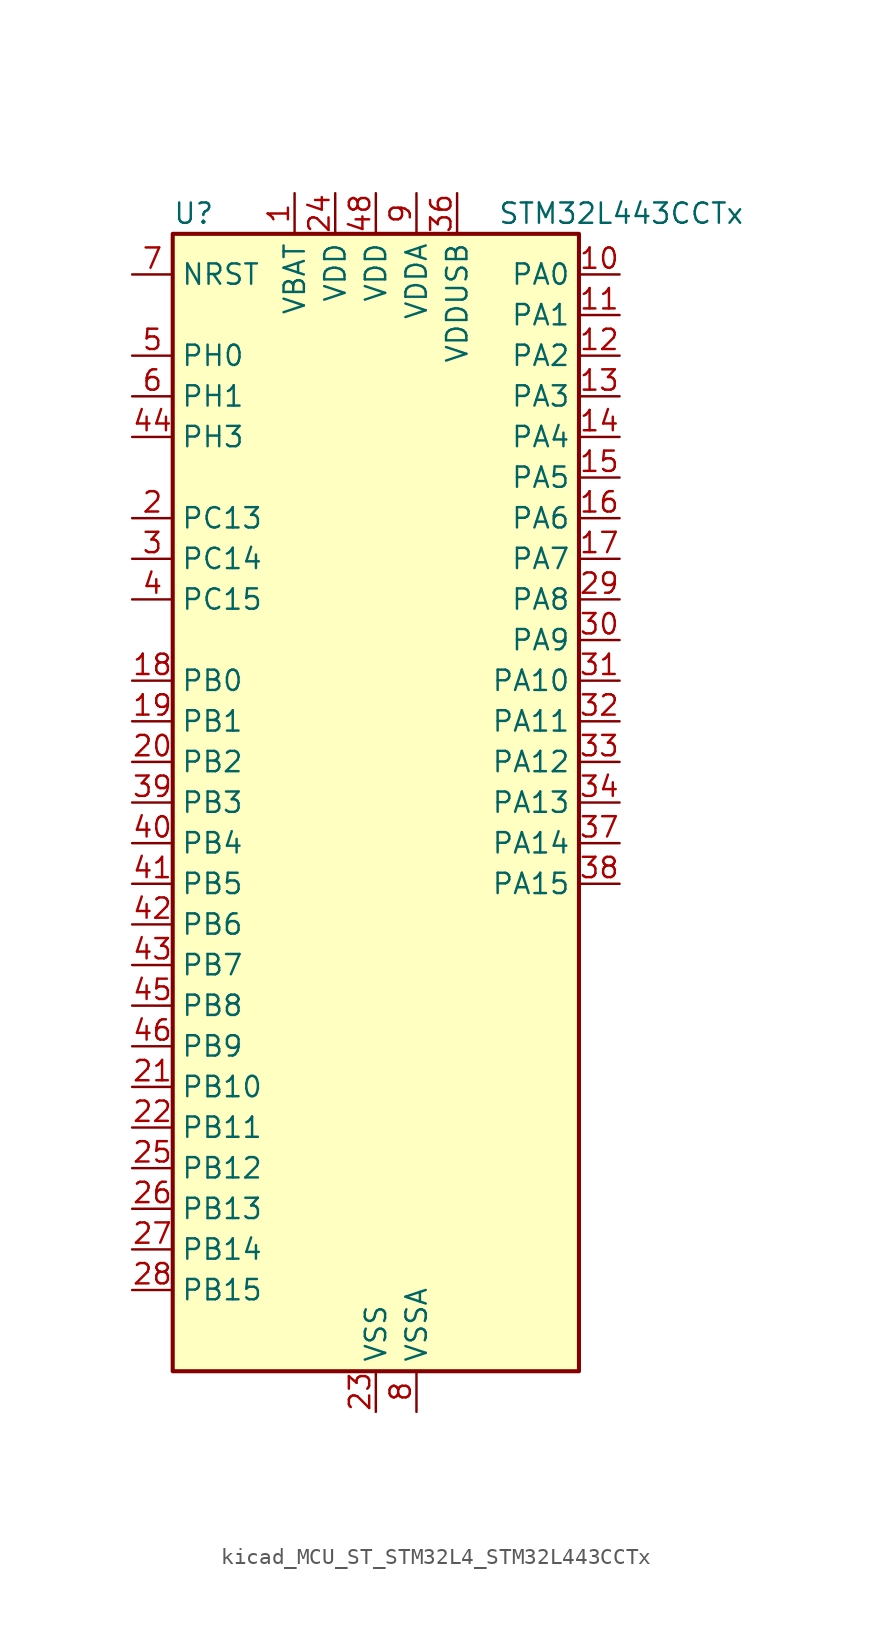
<source format=kicad_sym>
(kicad_symbol_lib
  (version 20220914)
  (generator kicad_symbol_editor)
  (symbol "kicad_MCU_ST_STM32L4_STM32L443CCTx"
    (property "Reference" "U"
      (at -12.7 36.83 0)
      (effects (font (size 1.27 1.27)) (justify left)))
    (property "Value" "STM32L443CCTx"
      (at 7.62 36.83 0)
      (effects (font (size 1.27 1.27)) (justify left)))
    (property "ki_locked" ""
      (at 0 0 0)
      (effects (font (size 1.27 1.27))))
    (symbol "kicad_MCU_ST_STM32L4_STM32L443CCTx_0_1"
      (rectangle (start -12.7 -35.56) (end 12.7 35.56) (stroke (width 0.254) (type default)) (fill (type background))))
    (symbol "kicad_MCU_ST_STM32L4_STM32L443CCTx_1_1"
      (pin power_in line (at -5.08 38.1 270) (length 2.54) (name "VBAT" (effects (font (size 1.27 1.27)))) (number "1" (effects (font (size 1.27 1.27)))))
      (pin bidirectional line (at 15.24 33.02 180) (length 2.54) (name "PA0" (effects (font (size 1.27 1.27)))) (number "10" (effects (font (size 1.27 1.27)))) (alternate "ADC1_IN5" bidirectional line) (alternate "COMP1_INM" bidirectional line) (alternate "COMP1_OUT" bidirectional line) (alternate "OPAMP1_VINP" bidirectional line) (alternate "RTC_TAMP2" bidirectional line) (alternate "SAI1_EXTCLK" bidirectional line) (alternate "SYS_WKUP1" bidirectional line) (alternate "TIM2_CH1" bidirectional line) (alternate "TIM2_ETR" bidirectional line) (alternate "USART2_CTS" bidirectional line))
      (pin bidirectional line (at 15.24 30.48 180) (length 2.54) (name "PA1" (effects (font (size 1.27 1.27)))) (number "11" (effects (font (size 1.27 1.27)))) (alternate "ADC1_IN6" bidirectional line) (alternate "COMP1_INP" bidirectional line) (alternate "I2C1_SMBA" bidirectional line) (alternate "LCD_SEG0" bidirectional line) (alternate "OPAMP1_VINM" bidirectional line) (alternate "SPI1_SCK" bidirectional line) (alternate "TIM15_CH1N" bidirectional line) (alternate "TIM2_CH2" bidirectional line) (alternate "USART2_DE" bidirectional line) (alternate "USART2_RTS" bidirectional line))
      (pin bidirectional line (at 15.24 27.94 180) (length 2.54) (name "PA2" (effects (font (size 1.27 1.27)))) (number "12" (effects (font (size 1.27 1.27)))) (alternate "ADC1_IN7" bidirectional line) (alternate "COMP2_INM" bidirectional line) (alternate "COMP2_OUT" bidirectional line) (alternate "LCD_SEG1" bidirectional line) (alternate "LPUART1_TX" bidirectional line) (alternate "QUADSPI_BK1_NCS" bidirectional line) (alternate "RCC_LSCO" bidirectional line) (alternate "SYS_WKUP4" bidirectional line) (alternate "TIM15_CH1" bidirectional line) (alternate "TIM2_CH3" bidirectional line) (alternate "USART2_TX" bidirectional line))
      (pin bidirectional line (at 15.24 25.4 180) (length 2.54) (name "PA3" (effects (font (size 1.27 1.27)))) (number "13" (effects (font (size 1.27 1.27)))) (alternate "ADC1_IN8" bidirectional line) (alternate "COMP2_INP" bidirectional line) (alternate "LCD_SEG2" bidirectional line) (alternate "LPUART1_RX" bidirectional line) (alternate "OPAMP1_VOUT" bidirectional line) (alternate "QUADSPI_CLK" bidirectional line) (alternate "SAI1_MCLK_A" bidirectional line) (alternate "TIM15_CH2" bidirectional line) (alternate "TIM2_CH4" bidirectional line) (alternate "USART2_RX" bidirectional line))
      (pin bidirectional line (at 15.24 22.86 180) (length 2.54) (name "PA4" (effects (font (size 1.27 1.27)))) (number "14" (effects (font (size 1.27 1.27)))) (alternate "ADC1_IN9" bidirectional line) (alternate "COMP1_INM" bidirectional line) (alternate "COMP2_INM" bidirectional line) (alternate "DAC1_OUT1" bidirectional line) (alternate "LPTIM2_OUT" bidirectional line) (alternate "SAI1_FS_B" bidirectional line) (alternate "SPI1_NSS" bidirectional line) (alternate "SPI3_NSS" bidirectional line) (alternate "USART2_CK" bidirectional line))
      (pin bidirectional line (at 15.24 20.32 180) (length 2.54) (name "PA5" (effects (font (size 1.27 1.27)))) (number "15" (effects (font (size 1.27 1.27)))) (alternate "ADC1_IN10" bidirectional line) (alternate "COMP1_INM" bidirectional line) (alternate "COMP2_INM" bidirectional line) (alternate "DAC1_OUT2" bidirectional line) (alternate "LPTIM2_ETR" bidirectional line) (alternate "SPI1_SCK" bidirectional line) (alternate "TIM2_CH1" bidirectional line) (alternate "TIM2_ETR" bidirectional line))
      (pin bidirectional line (at 15.24 17.78 180) (length 2.54) (name "PA6" (effects (font (size 1.27 1.27)))) (number "16" (effects (font (size 1.27 1.27)))) (alternate "ADC1_IN11" bidirectional line) (alternate "COMP1_OUT" bidirectional line) (alternate "LCD_SEG3" bidirectional line) (alternate "LPUART1_CTS" bidirectional line) (alternate "QUADSPI_BK1_IO3" bidirectional line) (alternate "SPI1_MISO" bidirectional line) (alternate "TIM16_CH1" bidirectional line) (alternate "TIM1_BKIN" bidirectional line) (alternate "TIM1_BKIN_COMP2" bidirectional line) (alternate "USART3_CTS" bidirectional line))
      (pin bidirectional line (at 15.24 15.24 180) (length 2.54) (name "PA7" (effects (font (size 1.27 1.27)))) (number "17" (effects (font (size 1.27 1.27)))) (alternate "ADC1_IN12" bidirectional line) (alternate "COMP2_OUT" bidirectional line) (alternate "I2C3_SCL" bidirectional line) (alternate "LCD_SEG4" bidirectional line) (alternate "QUADSPI_BK1_IO2" bidirectional line) (alternate "SPI1_MOSI" bidirectional line) (alternate "TIM1_CH1N" bidirectional line))
      (pin bidirectional line (at -15.24 7.62 0) (length 2.54) (name "PB0" (effects (font (size 1.27 1.27)))) (number "18" (effects (font (size 1.27 1.27)))) (alternate "ADC1_IN15" bidirectional line) (alternate "COMP1_OUT" bidirectional line) (alternate "LCD_SEG5" bidirectional line) (alternate "QUADSPI_BK1_IO1" bidirectional line) (alternate "SAI1_EXTCLK" bidirectional line) (alternate "SPI1_NSS" bidirectional line) (alternate "TIM1_CH2N" bidirectional line) (alternate "USART3_CK" bidirectional line))
      (pin bidirectional line (at -15.24 5.08 0) (length 2.54) (name "PB1" (effects (font (size 1.27 1.27)))) (number "19" (effects (font (size 1.27 1.27)))) (alternate "ADC1_IN16" bidirectional line) (alternate "COMP1_INM" bidirectional line) (alternate "LCD_SEG6" bidirectional line) (alternate "LPTIM2_IN1" bidirectional line) (alternate "LPUART1_DE" bidirectional line) (alternate "LPUART1_RTS" bidirectional line) (alternate "QUADSPI_BK1_IO0" bidirectional line) (alternate "TIM1_CH3N" bidirectional line) (alternate "USART3_DE" bidirectional line) (alternate "USART3_RTS" bidirectional line))
      (pin bidirectional line (at -15.24 17.78 0) (length 2.54) (name "PC13" (effects (font (size 1.27 1.27)))) (number "2" (effects (font (size 1.27 1.27)))) (alternate "RTC_OUT_ALARM" bidirectional line) (alternate "RTC_OUT_CALIB" bidirectional line) (alternate "RTC_TAMP1" bidirectional line) (alternate "RTC_TS" bidirectional line) (alternate "SYS_WKUP2" bidirectional line))
      (pin bidirectional line (at -15.24 2.54 0) (length 2.54) (name "PB2" (effects (font (size 1.27 1.27)))) (number "20" (effects (font (size 1.27 1.27)))) (alternate "COMP1_INP" bidirectional line) (alternate "I2C3_SMBA" bidirectional line) (alternate "LCD_VLCD" bidirectional line) (alternate "LPTIM1_OUT" bidirectional line) (alternate "RTC_OUT_ALARM" bidirectional line) (alternate "RTC_OUT_CALIB" bidirectional line))
      (pin bidirectional line (at -15.24 -17.78 0) (length 2.54) (name "PB10" (effects (font (size 1.27 1.27)))) (number "21" (effects (font (size 1.27 1.27)))) (alternate "COMP1_OUT" bidirectional line) (alternate "I2C2_SCL" bidirectional line) (alternate "LCD_SEG10" bidirectional line) (alternate "LPUART1_RX" bidirectional line) (alternate "QUADSPI_CLK" bidirectional line) (alternate "SAI1_SCK_A" bidirectional line) (alternate "SPI2_SCK" bidirectional line) (alternate "TIM2_CH3" bidirectional line) (alternate "TSC_SYNC" bidirectional line) (alternate "USART3_TX" bidirectional line))
      (pin bidirectional line (at -15.24 -20.32 0) (length 2.54) (name "PB11" (effects (font (size 1.27 1.27)))) (number "22" (effects (font (size 1.27 1.27)))) (alternate "ADC1_EXTI11" bidirectional line) (alternate "COMP2_OUT" bidirectional line) (alternate "I2C2_SDA" bidirectional line) (alternate "LCD_SEG11" bidirectional line) (alternate "LPUART1_TX" bidirectional line) (alternate "QUADSPI_BK1_NCS" bidirectional line) (alternate "TIM2_CH4" bidirectional line) (alternate "USART3_RX" bidirectional line))
      (pin power_in line (at 0 -38.1 90) (length 2.54) (name "VSS" (effects (font (size 1.27 1.27)))) (number "23" (effects (font (size 1.27 1.27)))))
      (pin power_in line (at -2.54 38.1 270) (length 2.54) (name "VDD" (effects (font (size 1.27 1.27)))) (number "24" (effects (font (size 1.27 1.27)))))
      (pin bidirectional line (at -15.24 -22.86 0) (length 2.54) (name "PB12" (effects (font (size 1.27 1.27)))) (number "25" (effects (font (size 1.27 1.27)))) (alternate "I2C2_SMBA" bidirectional line) (alternate "LCD_SEG12" bidirectional line) (alternate "LPUART1_DE" bidirectional line) (alternate "LPUART1_RTS" bidirectional line) (alternate "SAI1_FS_A" bidirectional line) (alternate "SPI2_NSS" bidirectional line) (alternate "SWPMI1_IO" bidirectional line) (alternate "TIM15_BKIN" bidirectional line) (alternate "TIM1_BKIN" bidirectional line) (alternate "TIM1_BKIN_COMP2" bidirectional line) (alternate "TSC_G1_IO1" bidirectional line) (alternate "USART3_CK" bidirectional line))
      (pin bidirectional line (at -15.24 -25.4 0) (length 2.54) (name "PB13" (effects (font (size 1.27 1.27)))) (number "26" (effects (font (size 1.27 1.27)))) (alternate "I2C2_SCL" bidirectional line) (alternate "LCD_SEG13" bidirectional line) (alternate "LPUART1_CTS" bidirectional line) (alternate "SAI1_SCK_A" bidirectional line) (alternate "SPI2_SCK" bidirectional line) (alternate "SWPMI1_TX" bidirectional line) (alternate "TIM15_CH1N" bidirectional line) (alternate "TIM1_CH1N" bidirectional line) (alternate "TSC_G1_IO2" bidirectional line) (alternate "USART3_CTS" bidirectional line))
      (pin bidirectional line (at -15.24 -27.94 0) (length 2.54) (name "PB14" (effects (font (size 1.27 1.27)))) (number "27" (effects (font (size 1.27 1.27)))) (alternate "I2C2_SDA" bidirectional line) (alternate "LCD_SEG14" bidirectional line) (alternate "SAI1_MCLK_A" bidirectional line) (alternate "SPI2_MISO" bidirectional line) (alternate "SWPMI1_RX" bidirectional line) (alternate "TIM15_CH1" bidirectional line) (alternate "TIM1_CH2N" bidirectional line) (alternate "TSC_G1_IO3" bidirectional line) (alternate "USART3_DE" bidirectional line) (alternate "USART3_RTS" bidirectional line))
      (pin bidirectional line (at -15.24 -30.48 0) (length 2.54) (name "PB15" (effects (font (size 1.27 1.27)))) (number "28" (effects (font (size 1.27 1.27)))) (alternate "ADC1_EXTI15" bidirectional line) (alternate "LCD_SEG15" bidirectional line) (alternate "RTC_REFIN" bidirectional line) (alternate "SAI1_SD_A" bidirectional line) (alternate "SPI2_MOSI" bidirectional line) (alternate "SWPMI1_SUSPEND" bidirectional line) (alternate "TIM15_CH2" bidirectional line) (alternate "TIM1_CH3N" bidirectional line) (alternate "TSC_G1_IO4" bidirectional line))
      (pin bidirectional line (at 15.24 12.7 180) (length 2.54) (name "PA8" (effects (font (size 1.27 1.27)))) (number "29" (effects (font (size 1.27 1.27)))) (alternate "LCD_COM0" bidirectional line) (alternate "LPTIM2_OUT" bidirectional line) (alternate "RCC_MCO" bidirectional line) (alternate "SAI1_SCK_A" bidirectional line) (alternate "SWPMI1_IO" bidirectional line) (alternate "TIM1_CH1" bidirectional line) (alternate "USART1_CK" bidirectional line))
      (pin bidirectional line (at -15.24 15.24 0) (length 2.54) (name "PC14" (effects (font (size 1.27 1.27)))) (number "3" (effects (font (size 1.27 1.27)))) (alternate "RCC_OSC32_IN" bidirectional line))
      (pin bidirectional line (at 15.24 10.16 180) (length 2.54) (name "PA9" (effects (font (size 1.27 1.27)))) (number "30" (effects (font (size 1.27 1.27)))) (alternate "DAC1_EXTI9" bidirectional line) (alternate "I2C1_SCL" bidirectional line) (alternate "LCD_COM1" bidirectional line) (alternate "SAI1_FS_A" bidirectional line) (alternate "TIM15_BKIN" bidirectional line) (alternate "TIM1_CH2" bidirectional line) (alternate "USART1_TX" bidirectional line))
      (pin bidirectional line (at 15.24 7.62 180) (length 2.54) (name "PA10" (effects (font (size 1.27 1.27)))) (number "31" (effects (font (size 1.27 1.27)))) (alternate "CRS_SYNC" bidirectional line) (alternate "I2C1_SDA" bidirectional line) (alternate "LCD_COM2" bidirectional line) (alternate "SAI1_SD_A" bidirectional line) (alternate "TIM1_CH3" bidirectional line) (alternate "USART1_RX" bidirectional line))
      (pin bidirectional line (at 15.24 5.08 180) (length 2.54) (name "PA11" (effects (font (size 1.27 1.27)))) (number "32" (effects (font (size 1.27 1.27)))) (alternate "ADC1_EXTI11" bidirectional line) (alternate "CAN1_RX" bidirectional line) (alternate "COMP1_OUT" bidirectional line) (alternate "SPI1_MISO" bidirectional line) (alternate "TIM1_BKIN2" bidirectional line) (alternate "TIM1_BKIN2_COMP1" bidirectional line) (alternate "TIM1_CH4" bidirectional line) (alternate "USART1_CTS" bidirectional line) (alternate "USB_DM" bidirectional line))
      (pin bidirectional line (at 15.24 2.54 180) (length 2.54) (name "PA12" (effects (font (size 1.27 1.27)))) (number "33" (effects (font (size 1.27 1.27)))) (alternate "CAN1_TX" bidirectional line) (alternate "SPI1_MOSI" bidirectional line) (alternate "TIM1_ETR" bidirectional line) (alternate "USART1_DE" bidirectional line) (alternate "USART1_RTS" bidirectional line) (alternate "USB_DP" bidirectional line))
      (pin bidirectional line (at 15.24 0 180) (length 2.54) (name "PA13" (effects (font (size 1.27 1.27)))) (number "34" (effects (font (size 1.27 1.27)))) (alternate "IR_OUT" bidirectional line) (alternate "SAI1_SD_B" bidirectional line) (alternate "SWPMI1_TX" bidirectional line) (alternate "SYS_JTMS-SWDIO" bidirectional line) (alternate "USB_NOE" bidirectional line))
      (pin passive line (at 0 -38.1 90) (length 2.54) hide (name "VSS" (effects (font (size 1.27 1.27)))) (number "35" (effects (font (size 1.27 1.27)))))
      (pin power_in line (at 5.08 38.1 270) (length 2.54) (name "VDDUSB" (effects (font (size 1.27 1.27)))) (number "36" (effects (font (size 1.27 1.27)))))
      (pin bidirectional line (at 15.24 -2.54 180) (length 2.54) (name "PA14" (effects (font (size 1.27 1.27)))) (number "37" (effects (font (size 1.27 1.27)))) (alternate "I2C1_SMBA" bidirectional line) (alternate "LPTIM1_OUT" bidirectional line) (alternate "SAI1_FS_B" bidirectional line) (alternate "SWPMI1_RX" bidirectional line) (alternate "SYS_JTCK-SWCLK" bidirectional line))
      (pin bidirectional line (at 15.24 -5.08 180) (length 2.54) (name "PA15" (effects (font (size 1.27 1.27)))) (number "38" (effects (font (size 1.27 1.27)))) (alternate "ADC1_EXTI15" bidirectional line) (alternate "LCD_SEG17" bidirectional line) (alternate "SPI1_NSS" bidirectional line) (alternate "SPI3_NSS" bidirectional line) (alternate "SWPMI1_SUSPEND" bidirectional line) (alternate "SYS_JTDI" bidirectional line) (alternate "TIM2_CH1" bidirectional line) (alternate "TIM2_ETR" bidirectional line) (alternate "USART2_RX" bidirectional line) (alternate "USART3_DE" bidirectional line) (alternate "USART3_RTS" bidirectional line))
      (pin bidirectional line (at -15.24 0 0) (length 2.54) (name "PB3" (effects (font (size 1.27 1.27)))) (number "39" (effects (font (size 1.27 1.27)))) (alternate "COMP2_INM" bidirectional line) (alternate "LCD_SEG7" bidirectional line) (alternate "SAI1_SCK_B" bidirectional line) (alternate "SPI1_SCK" bidirectional line) (alternate "SPI3_SCK" bidirectional line) (alternate "SYS_JTDO-SWO" bidirectional line) (alternate "TIM2_CH2" bidirectional line) (alternate "USART1_DE" bidirectional line) (alternate "USART1_RTS" bidirectional line))
      (pin bidirectional line (at -15.24 12.7 0) (length 2.54) (name "PC15" (effects (font (size 1.27 1.27)))) (number "4" (effects (font (size 1.27 1.27)))) (alternate "ADC1_EXTI15" bidirectional line) (alternate "RCC_OSC32_OUT" bidirectional line))
      (pin bidirectional line (at -15.24 -2.54 0) (length 2.54) (name "PB4" (effects (font (size 1.27 1.27)))) (number "40" (effects (font (size 1.27 1.27)))) (alternate "COMP2_INP" bidirectional line) (alternate "I2C3_SDA" bidirectional line) (alternate "LCD_SEG8" bidirectional line) (alternate "SAI1_MCLK_B" bidirectional line) (alternate "SPI1_MISO" bidirectional line) (alternate "SPI3_MISO" bidirectional line) (alternate "SYS_JTRST" bidirectional line) (alternate "TSC_G2_IO1" bidirectional line) (alternate "USART1_CTS" bidirectional line))
      (pin bidirectional line (at -15.24 -5.08 0) (length 2.54) (name "PB5" (effects (font (size 1.27 1.27)))) (number "41" (effects (font (size 1.27 1.27)))) (alternate "COMP2_OUT" bidirectional line) (alternate "I2C1_SMBA" bidirectional line) (alternate "LCD_SEG9" bidirectional line) (alternate "LPTIM1_IN1" bidirectional line) (alternate "SAI1_SD_B" bidirectional line) (alternate "SPI1_MOSI" bidirectional line) (alternate "SPI3_MOSI" bidirectional line) (alternate "TIM16_BKIN" bidirectional line) (alternate "TSC_G2_IO2" bidirectional line) (alternate "USART1_CK" bidirectional line))
      (pin bidirectional line (at -15.24 -7.62 0) (length 2.54) (name "PB6" (effects (font (size 1.27 1.27)))) (number "42" (effects (font (size 1.27 1.27)))) (alternate "COMP2_INP" bidirectional line) (alternate "I2C1_SCL" bidirectional line) (alternate "LPTIM1_ETR" bidirectional line) (alternate "SAI1_FS_B" bidirectional line) (alternate "TIM16_CH1N" bidirectional line) (alternate "TSC_G2_IO3" bidirectional line) (alternate "USART1_TX" bidirectional line))
      (pin bidirectional line (at -15.24 -10.16 0) (length 2.54) (name "PB7" (effects (font (size 1.27 1.27)))) (number "43" (effects (font (size 1.27 1.27)))) (alternate "COMP2_INM" bidirectional line) (alternate "I2C1_SDA" bidirectional line) (alternate "LCD_SEG21" bidirectional line) (alternate "LPTIM1_IN2" bidirectional line) (alternate "SYS_PVD_IN" bidirectional line) (alternate "TSC_G2_IO4" bidirectional line) (alternate "USART1_RX" bidirectional line))
      (pin bidirectional line (at -15.24 22.86 0) (length 2.54) (name "PH3" (effects (font (size 1.27 1.27)))) (number "44" (effects (font (size 1.27 1.27)))))
      (pin bidirectional line (at -15.24 -12.7 0) (length 2.54) (name "PB8" (effects (font (size 1.27 1.27)))) (number "45" (effects (font (size 1.27 1.27)))) (alternate "CAN1_RX" bidirectional line) (alternate "I2C1_SCL" bidirectional line) (alternate "LCD_SEG16" bidirectional line) (alternate "SAI1_MCLK_A" bidirectional line) (alternate "TIM16_CH1" bidirectional line))
      (pin bidirectional line (at -15.24 -15.24 0) (length 2.54) (name "PB9" (effects (font (size 1.27 1.27)))) (number "46" (effects (font (size 1.27 1.27)))) (alternate "CAN1_TX" bidirectional line) (alternate "DAC1_EXTI9" bidirectional line) (alternate "I2C1_SDA" bidirectional line) (alternate "IR_OUT" bidirectional line) (alternate "LCD_COM3" bidirectional line) (alternate "SAI1_FS_A" bidirectional line) (alternate "SPI2_NSS" bidirectional line))
      (pin passive line (at 0 -38.1 90) (length 2.54) hide (name "VSS" (effects (font (size 1.27 1.27)))) (number "47" (effects (font (size 1.27 1.27)))))
      (pin power_in line (at 0 38.1 270) (length 2.54) (name "VDD" (effects (font (size 1.27 1.27)))) (number "48" (effects (font (size 1.27 1.27)))))
      (pin bidirectional line (at -15.24 27.94 0) (length 2.54) (name "PH0" (effects (font (size 1.27 1.27)))) (number "5" (effects (font (size 1.27 1.27)))) (alternate "RCC_OSC_IN" bidirectional line))
      (pin bidirectional line (at -15.24 25.4 0) (length 2.54) (name "PH1" (effects (font (size 1.27 1.27)))) (number "6" (effects (font (size 1.27 1.27)))) (alternate "RCC_OSC_OUT" bidirectional line))
      (pin input line (at -15.24 33.02 0) (length 2.54) (name "NRST" (effects (font (size 1.27 1.27)))) (number "7" (effects (font (size 1.27 1.27)))))
      (pin power_in line (at 2.54 -38.1 90) (length 2.54) (name "VSSA" (effects (font (size 1.27 1.27)))) (number "8" (effects (font (size 1.27 1.27)))))
      (pin power_in line (at 2.54 38.1 270) (length 2.54) (name "VDDA" (effects (font (size 1.27 1.27)))) (number "9" (effects (font (size 1.27 1.27))))))))
</source>
